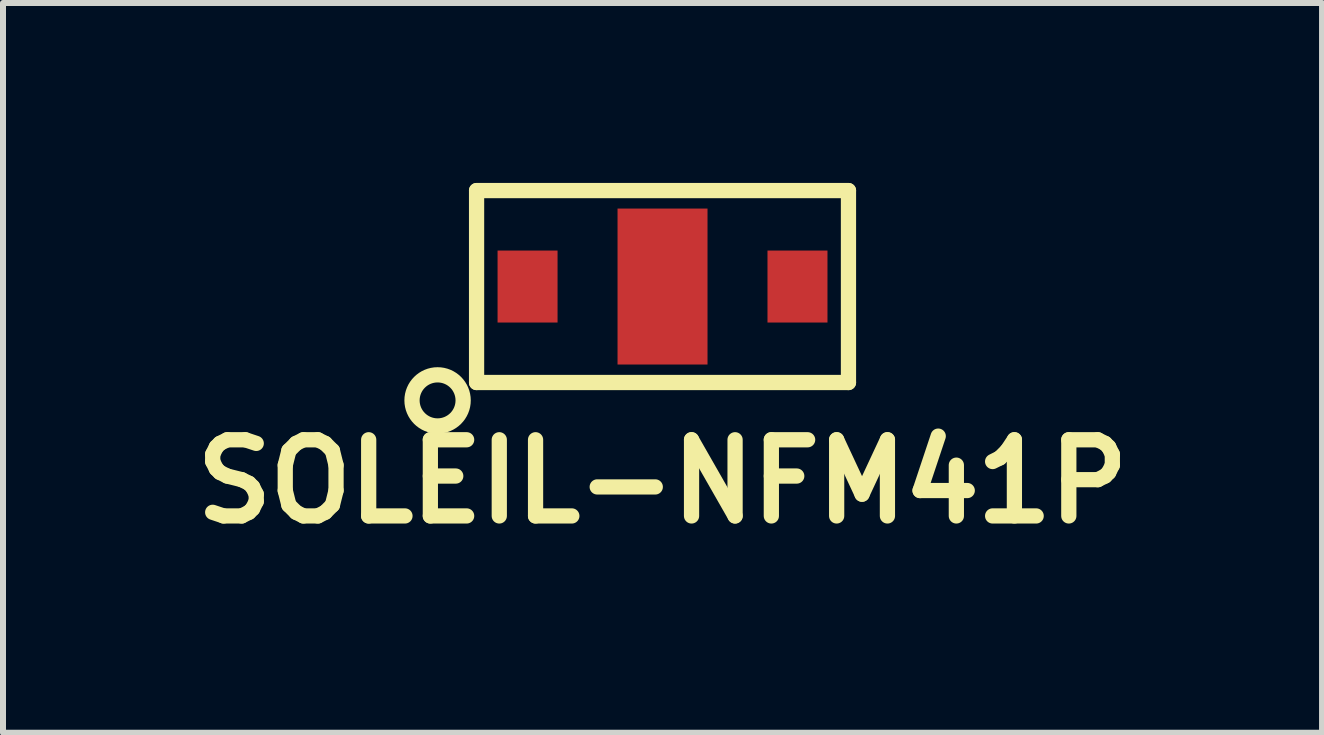
<source format=kicad_pcb>
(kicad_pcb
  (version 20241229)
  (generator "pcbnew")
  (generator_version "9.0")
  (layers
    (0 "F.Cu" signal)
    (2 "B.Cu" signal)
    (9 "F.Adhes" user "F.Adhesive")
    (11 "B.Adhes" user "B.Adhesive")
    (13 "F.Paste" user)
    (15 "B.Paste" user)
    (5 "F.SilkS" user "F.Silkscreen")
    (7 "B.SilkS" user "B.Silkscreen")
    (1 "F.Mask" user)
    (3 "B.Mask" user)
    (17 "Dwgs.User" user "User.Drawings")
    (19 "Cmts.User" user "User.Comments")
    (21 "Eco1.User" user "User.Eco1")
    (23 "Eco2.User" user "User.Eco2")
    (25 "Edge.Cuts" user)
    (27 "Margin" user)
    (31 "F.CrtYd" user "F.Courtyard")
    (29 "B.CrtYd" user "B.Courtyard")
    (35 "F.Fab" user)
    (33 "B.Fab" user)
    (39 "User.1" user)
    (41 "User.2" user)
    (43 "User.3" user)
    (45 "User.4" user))
  (footprint "SOLEIL-NFM41P"
    (layer "F.Cu")
    (at 7.995 1.727)
    (property "Reference" "SOLEIL-NFM41P" (at 0 3.25 0) (layer "F.SilkS") (effects (font (size 1.27 1.27) (thickness 0.254))))
    (attr through_hole)
    (fp_line (start -3.1 1.6) (end -3.1 -1.6) (stroke (width 0.254) (type solid)) (layer "F.SilkS"))
    (fp_line (start 3.1 -1.6) (end -3.1 -1.6) (stroke (width 0.254) (type solid)) (layer "F.SilkS"))
    (fp_line (start 3.1 -1.6) (end 3.1 1.6) (stroke (width 0.254) (type solid)) (layer "F.SilkS"))
    (fp_line (start 3.1 1.6) (end -3.1 1.6) (stroke (width 0.254) (type solid)) (layer "F.SilkS"))
    (fp_circle (center -3.75 1.898) (end -4.149 2.048) (stroke (width 0.254) (type solid)) (fill no) (layer "F.SilkS"))
    (pad "1" smd rect (at -2.25 0) (size 1 1.2) (layers "F.Cu" "F.Mask" "F.Paste"))
    (pad "2" smd rect (at 0 0) (size 1.5 2.6) (layers "F.Cu" "F.Mask" "F.Paste"))
    (pad "3" smd rect (at 2.25 0) (size 1 1.2) (layers "F.Cu" "F.Mask" "F.Paste")))
  (gr_rect
    (start -3 -3)
    (end 18.99 9.166)
    (stroke (width 0.1) (type default))
    (fill no)
    (layer "Edge.Cuts")))
</source>
